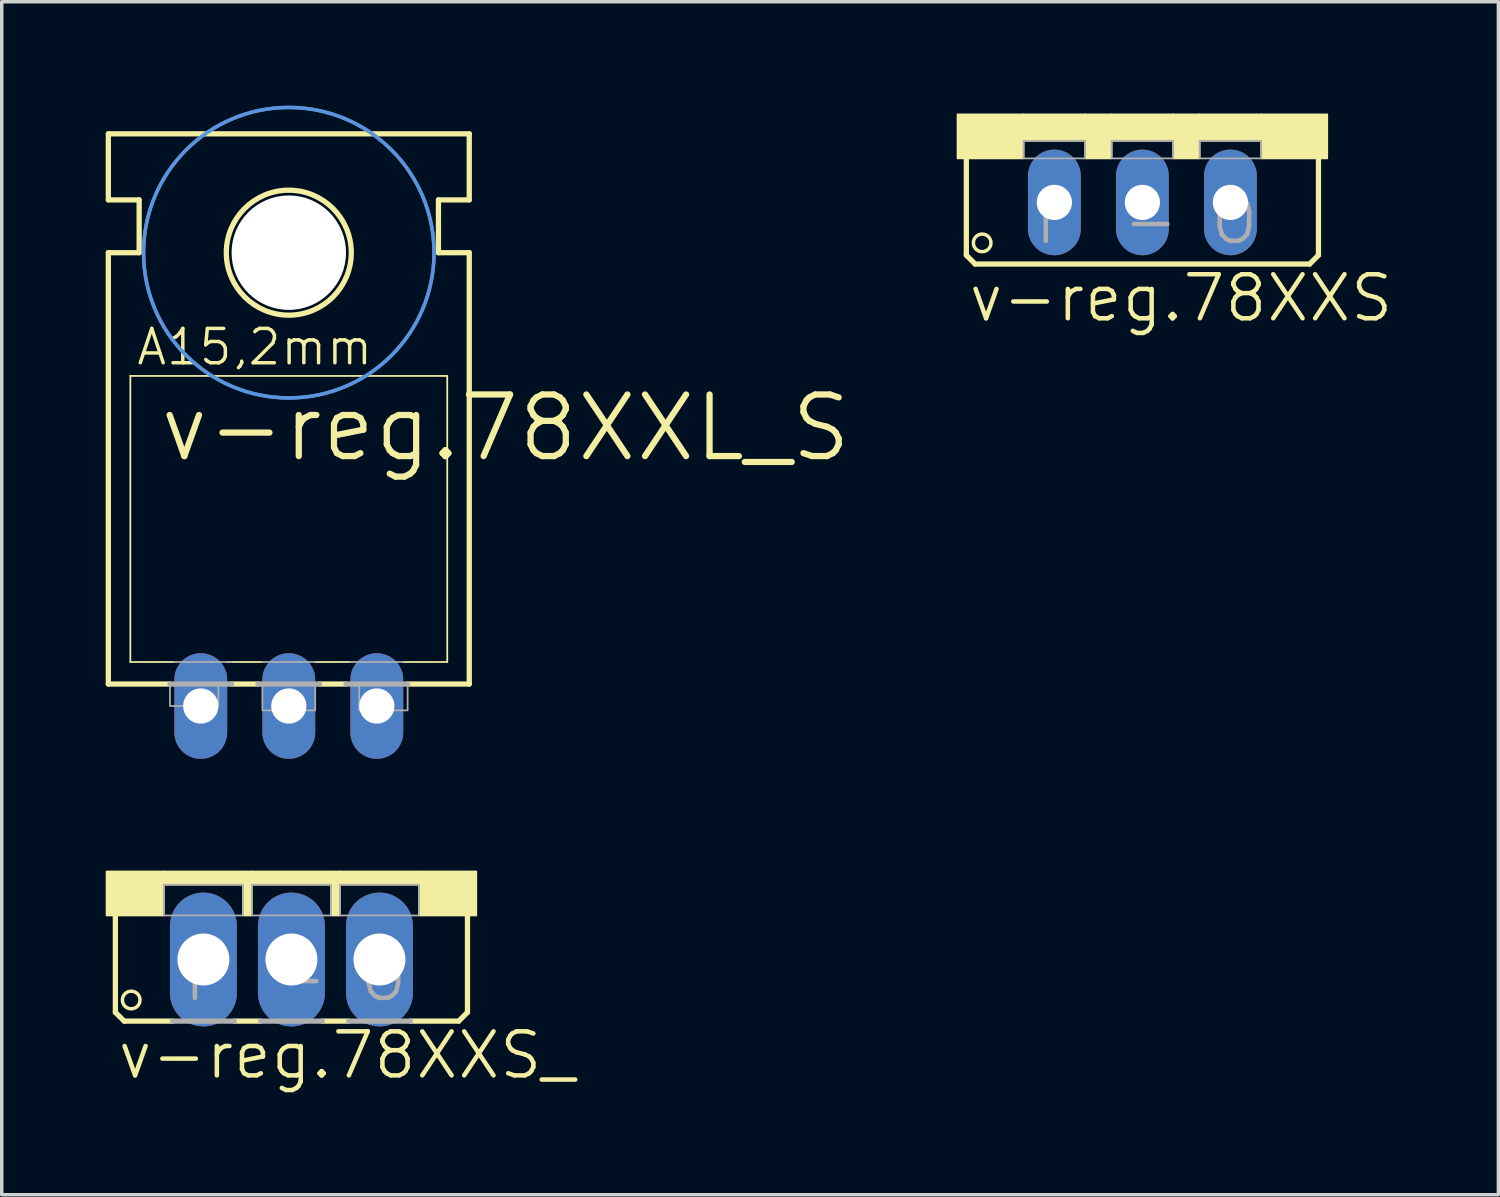
<source format=kicad_pcb>
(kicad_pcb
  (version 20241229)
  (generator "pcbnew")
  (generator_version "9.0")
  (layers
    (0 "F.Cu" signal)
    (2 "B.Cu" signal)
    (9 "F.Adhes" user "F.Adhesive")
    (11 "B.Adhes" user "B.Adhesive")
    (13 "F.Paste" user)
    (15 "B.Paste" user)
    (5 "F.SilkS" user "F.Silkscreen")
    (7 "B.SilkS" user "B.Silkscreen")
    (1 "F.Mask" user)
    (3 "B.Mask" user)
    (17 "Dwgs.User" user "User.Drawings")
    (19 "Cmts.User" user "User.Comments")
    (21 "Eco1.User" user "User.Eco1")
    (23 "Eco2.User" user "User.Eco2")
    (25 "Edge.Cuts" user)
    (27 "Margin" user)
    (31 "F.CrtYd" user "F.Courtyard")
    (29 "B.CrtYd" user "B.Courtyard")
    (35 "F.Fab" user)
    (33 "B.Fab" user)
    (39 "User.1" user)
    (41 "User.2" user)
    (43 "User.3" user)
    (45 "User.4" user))
  (footprint "v-reg.78XXS_"
    (layer "F.Cu")
    (at 5.359 22.096)
    (property "Reference" "v-reg.78XXS_" (at -5.08 6.045 0) (layer "F.SilkS") (effects (font (size 1.27 1.27) (thickness 0.13)) (justify left bottom)))
    (attr through_hole)
    (fp_line (start -5.08 4.064) (end -5.08 1.143) (stroke (width 0.152) (type default)) (layer "F.SilkS"))
    (fp_line (start -5.08 4.064) (end -4.826 4.318) (stroke (width 0.152) (type default)) (layer "F.SilkS"))
    (fp_line (start -4.826 4.318) (end -3.429 4.318) (stroke (width 0.152) (type default)) (layer "F.SilkS"))
    (fp_line (start -1.651 4.318) (end -0.889 4.318) (stroke (width 0.152) (type default)) (layer "F.SilkS"))
    (fp_line (start 0.889 4.318) (end 1.651 4.318) (stroke (width 0.152) (type default)) (layer "F.SilkS"))
    (fp_line (start 3.429 4.318) (end 4.826 4.318) (stroke (width 0.152) (type default)) (layer "F.SilkS"))
    (fp_line (start 4.826 4.318) (end 5.08 4.064) (stroke (width 0.152) (type default)) (layer "F.SilkS"))
    (fp_line (start 5.08 1.143) (end 5.08 4.064) (stroke (width 0.152) (type default)) (layer "F.SilkS"))
    (fp_rect (start -5.334 1.27) (end -3.683 0) (stroke (width 0.05) (type default)) (fill yes) (layer "F.SilkS"))
    (fp_rect (start -3.683 0.381) (end -1.397 0) (stroke (width 0.05) (type default)) (fill yes) (layer "F.SilkS"))
    (fp_rect (start -1.397 1.27) (end -1.143 0) (stroke (width 0.05) (type default)) (fill yes) (layer "F.SilkS"))
    (fp_rect (start -1.143 0.381) (end 1.143 0) (stroke (width 0.05) (type default)) (fill yes) (layer "F.SilkS"))
    (fp_rect (start 1.143 1.27) (end 1.397 0) (stroke (width 0.05) (type default)) (fill yes) (layer "F.SilkS"))
    (fp_rect (start 1.397 0.381) (end 3.683 0) (stroke (width 0.05) (type default)) (fill yes) (layer "F.SilkS"))
    (fp_rect (start 3.683 1.27) (end 5.334 0) (stroke (width 0.05) (type default)) (fill yes) (layer "F.SilkS"))
    (fp_circle (center -4.623 3.708) (end -4.369 3.708) (stroke (width 0.1) (type default)) (fill no) (layer "F.SilkS"))
    (fp_line (start -3.429 4.318) (end -1.651 4.318) (stroke (width 0.152) (type default)) (layer "F.Fab"))
    (fp_line (start -0.889 4.318) (end 0.889 4.318) (stroke (width 0.152) (type default)) (layer "F.Fab"))
    (fp_line (start 1.651 4.318) (end 3.429 4.318) (stroke (width 0.152) (type default)) (layer "F.Fab"))
    (fp_rect (start -3.683 1.27) (end -1.397 0.381) (stroke (width 0.05) (type default)) (fill no) (layer "F.Fab"))
    (fp_rect (start -1.143 1.27) (end 1.143 0.381) (stroke (width 0.05) (type default)) (fill no) (layer "F.Fab"))
    (fp_rect (start 1.397 1.27) (end 3.683 0.381) (stroke (width 0.05) (type default)) (fill no) (layer "F.Fab"))
    (fp_text user "-" (at -0.635 3.81 0) (layer "F.Fab") (effects (font (size 1.27 1.27) (thickness 0.13)) (justify left bottom)))
    (fp_text user "O" (at 1.905 3.81 0) (layer "F.Fab") (effects (font (size 1.27 1.27) (thickness 0.13)) (justify left bottom)))
    (fp_text user "I" (at -3.175 3.81 0) (layer "F.Fab") (effects (font (size 1.27 1.27) (thickness 0.13)) (justify left bottom)))
    (pad "GND" thru_hole oval (at 0 2.54 90) (size 3.861 1.93) (drill 1.499) (layers "*.Cu" "*.Mask"))
    (pad "IN" thru_hole oval (at -2.54 2.54 90) (size 3.861 1.93) (drill 1.499) (layers "*.Cu" "*.Mask"))
    (pad "OUT" thru_hole oval (at 2.54 2.54 90) (size 3.861 1.93) (drill 1.499) (layers "*.Cu" "*.Mask")))
  (footprint "v-reg.78XXS"
    (layer "F.Cu")
    (at 29.913 0.25)
    (property "Reference" "v-reg.78XXS" (at -5.08 6.045 0) (layer "F.SilkS") (effects (font (size 1.27 1.27) (thickness 0.13)) (justify left bottom)))
    (attr through_hole)
    (fp_line (start -5.08 4.064) (end -5.08 1.143) (stroke (width 0.152) (type default)) (layer "F.SilkS"))
    (fp_line (start -5.08 4.064) (end -4.826 4.318) (stroke (width 0.152) (type default)) (layer "F.SilkS"))
    (fp_line (start 4.826 4.318) (end -4.826 4.318) (stroke (width 0.152) (type default)) (layer "F.SilkS"))
    (fp_line (start 4.826 4.318) (end 5.08 4.064) (stroke (width 0.152) (type default)) (layer "F.SilkS"))
    (fp_line (start 5.08 1.143) (end 5.08 4.064) (stroke (width 0.152) (type default)) (layer "F.SilkS"))
    (fp_rect (start -5.334 1.27) (end -3.429 0) (stroke (width 0.05) (type default)) (fill yes) (layer "F.SilkS"))
    (fp_rect (start -3.429 0.762) (end -1.651 0) (stroke (width 0.05) (type default)) (fill yes) (layer "F.SilkS"))
    (fp_rect (start -1.651 1.27) (end -0.889 0) (stroke (width 0.05) (type default)) (fill yes) (layer "F.SilkS"))
    (fp_rect (start -0.889 0.762) (end 0.889 0) (stroke (width 0.05) (type default)) (fill yes) (layer "F.SilkS"))
    (fp_rect (start 0.889 1.27) (end 1.651 0) (stroke (width 0.05) (type default)) (fill yes) (layer "F.SilkS"))
    (fp_rect (start 1.651 0.762) (end 3.429 0) (stroke (width 0.05) (type default)) (fill yes) (layer "F.SilkS"))
    (fp_rect (start 3.429 1.27) (end 5.334 0) (stroke (width 0.05) (type default)) (fill yes) (layer "F.SilkS"))
    (fp_circle (center -4.623 3.708) (end -4.369 3.708) (stroke (width 0.1) (type default)) (fill no) (layer "F.SilkS"))
    (fp_rect (start -3.429 1.27) (end -1.651 0.762) (stroke (width 0.05) (type default)) (fill no) (layer "F.Fab"))
    (fp_rect (start -0.889 1.27) (end 0.889 0.762) (stroke (width 0.05) (type default)) (fill no) (layer "F.Fab"))
    (fp_rect (start 1.651 1.27) (end 3.429 0.762) (stroke (width 0.05) (type default)) (fill no) (layer "F.Fab"))
    (fp_text user "O" (at 1.905 3.81 0) (layer "F.Fab") (effects (font (size 1.27 1.27) (thickness 0.13)) (justify left bottom)))
    (fp_text user "-" (at -0.635 3.81 0) (layer "F.Fab") (effects (font (size 1.27 1.27) (thickness 0.13)) (justify left bottom)))
    (fp_text user "I" (at -3.175 3.81 0) (layer "F.Fab") (effects (font (size 1.27 1.27) (thickness 0.13)) (justify left bottom)))
    (pad "GND" thru_hole oval (at 0 2.54 90) (size 3.048 1.524) (drill 1.016) (layers "*.Cu" "*.Mask"))
    (pad "IN" thru_hole oval (at -2.54 2.54 90) (size 3.048 1.524) (drill 1.016) (layers "*.Cu" "*.Mask"))
    (pad "OUT" thru_hole oval (at 2.54 2.54 90) (size 3.048 1.524) (drill 1.016) (layers "*.Cu" "*.Mask")))
  (footprint "v-reg.78XXL_S"
    (layer "F.Cu")
    (at 5.283 15.417)
    (property "Reference" "v-reg.78XXL_S" (at -3.81 -5.08 0) (layer "F.SilkS") (effects (font (size 1.778 1.778) (thickness 0.18)) (justify left bottom)))
    (attr through_hole)
    (fp_line (start -5.207 -12.7) (end -5.207 -14.605) (stroke (width 0.152) (type default)) (layer "F.SilkS"))
    (fp_line (start -5.207 -11.176) (end -4.318 -11.176) (stroke (width 0.152) (type default)) (layer "F.SilkS"))
    (fp_line (start -5.207 1.27) (end -5.207 -11.176) (stroke (width 0.152) (type default)) (layer "F.SilkS"))
    (fp_line (start -5.207 1.27) (end -3.429 1.27) (stroke (width 0.152) (type default)) (layer "F.SilkS"))
    (fp_line (start -4.572 0.635) (end -4.572 -7.62) (stroke (width 0.051) (type default)) (layer "F.SilkS"))
    (fp_line (start -4.572 0.635) (end -3.302 0.635) (stroke (width 0.051) (type default)) (layer "F.SilkS"))
    (fp_line (start -4.318 -12.7) (end -5.207 -12.7) (stroke (width 0.152) (type default)) (layer "F.SilkS"))
    (fp_line (start -4.318 -11.176) (end -4.318 -12.7) (stroke (width 0.152) (type default)) (layer "F.SilkS"))
    (fp_line (start -1.651 1.27) (end -0.889 1.27) (stroke (width 0.152) (type default)) (layer "F.SilkS"))
    (fp_line (start -0.762 0.635) (end -1.778 0.635) (stroke (width 0.051) (type default)) (layer "F.SilkS"))
    (fp_line (start 0.889 1.27) (end 1.651 1.27) (stroke (width 0.152) (type default)) (layer "F.SilkS"))
    (fp_line (start 1.778 0.635) (end 0.762 0.635) (stroke (width 0.051) (type default)) (layer "F.SilkS"))
    (fp_line (start 3.429 1.27) (end 5.207 1.27) (stroke (width 0.152) (type default)) (layer "F.SilkS"))
    (fp_line (start 4.318 -12.7) (end 5.207 -12.7) (stroke (width 0.152) (type default)) (layer "F.SilkS"))
    (fp_line (start 4.318 -11.176) (end 4.318 -12.7) (stroke (width 0.152) (type default)) (layer "F.SilkS"))
    (fp_line (start 4.572 -7.62) (end -4.572 -7.62) (stroke (width 0.051) (type default)) (layer "F.SilkS"))
    (fp_line (start 4.572 -7.62) (end 4.572 0.635) (stroke (width 0.051) (type default)) (layer "F.SilkS"))
    (fp_line (start 4.572 0.635) (end 3.302 0.635) (stroke (width 0.051) (type default)) (layer "F.SilkS"))
    (fp_line (start 5.207 -14.605) (end -5.207 -14.605) (stroke (width 0.152) (type default)) (layer "F.SilkS"))
    (fp_line (start 5.207 -12.7) (end 5.207 -14.605) (stroke (width 0.152) (type default)) (layer "F.SilkS"))
    (fp_line (start 5.207 -11.176) (end 4.318 -11.176) (stroke (width 0.152) (type default)) (layer "F.SilkS"))
    (fp_line (start 5.207 1.27) (end 5.207 -11.176) (stroke (width 0.152) (type default)) (layer "F.SilkS"))
    (fp_circle (center 0 -11.176) (end 1.803 -11.176) (stroke (width 0.152) (type default)) (fill no) (layer "F.SilkS"))
    (fp_circle (center 0 -11.176) (end 4.191 -11.176) (stroke (width 0.1) (type default)) (fill no) (layer "Cmts.User"))
    (fp_circle (center 0 -11.176) (end 4.191 -11.176) (stroke (width 0.1) (type default)) (fill no) (layer "Cmts.User"))
    (fp_line (start -3.429 1.27) (end -1.651 1.27) (stroke (width 0.152) (type default)) (layer "F.Fab"))
    (fp_line (start -3.302 0.635) (end -1.651 0.635) (stroke (width 0.051) (type default)) (layer "F.Fab"))
    (fp_line (start -0.889 1.27) (end 0.889 1.27) (stroke (width 0.152) (type default)) (layer "F.Fab"))
    (fp_line (start 0.762 0.635) (end -0.762 0.635) (stroke (width 0.051) (type default)) (layer "F.Fab"))
    (fp_line (start 1.651 1.27) (end 3.429 1.27) (stroke (width 0.152) (type default)) (layer "F.Fab"))
    (fp_line (start 3.302 0.635) (end 1.778 0.635) (stroke (width 0.051) (type default)) (layer "F.Fab"))
    (fp_rect (start -3.429 1.905) (end -2.032 1.27) (stroke (width 0.05) (type default)) (fill no) (layer "F.Fab"))
    (fp_rect (start -0.762 2.032) (end 0.762 1.27) (stroke (width 0.05) (type default)) (fill no) (layer "F.Fab"))
    (fp_rect (start 2.032 2.032) (end 3.429 1.27) (stroke (width 0.05) (type default)) (fill no) (layer "F.Fab"))
    (fp_text user "A15,2mm" (at -4.445 -7.874 0) (layer "F.SilkS") (effects (font (size 0.991 0.991) (thickness 0.1)) (justify left bottom)))
    (pad "" np_thru_hole circle (at 0 -11.176) (size 3.302 3.302) (drill 3.302) (layers "*.Cu" "*.Mask"))
    (pad "GND" thru_hole oval (at 0 1.905 90) (size 3.048 1.524) (drill 1.016) (layers "*.Cu" "*.Mask"))
    (pad "IN" thru_hole oval (at -2.54 1.905 90) (size 3.048 1.524) (drill 1.016) (layers "*.Cu" "*.Mask"))
    (pad "OUT" thru_hole oval (at 2.54 1.905 90) (size 3.048 1.524) (drill 1.016) (layers "*.Cu" "*.Mask")))
  (gr_rect
    (start -3 -3)
    (end 40.185 31.423)
    (stroke (width 0.1) (type default))
    (fill no)
    (layer "Edge.Cuts")))
</source>
